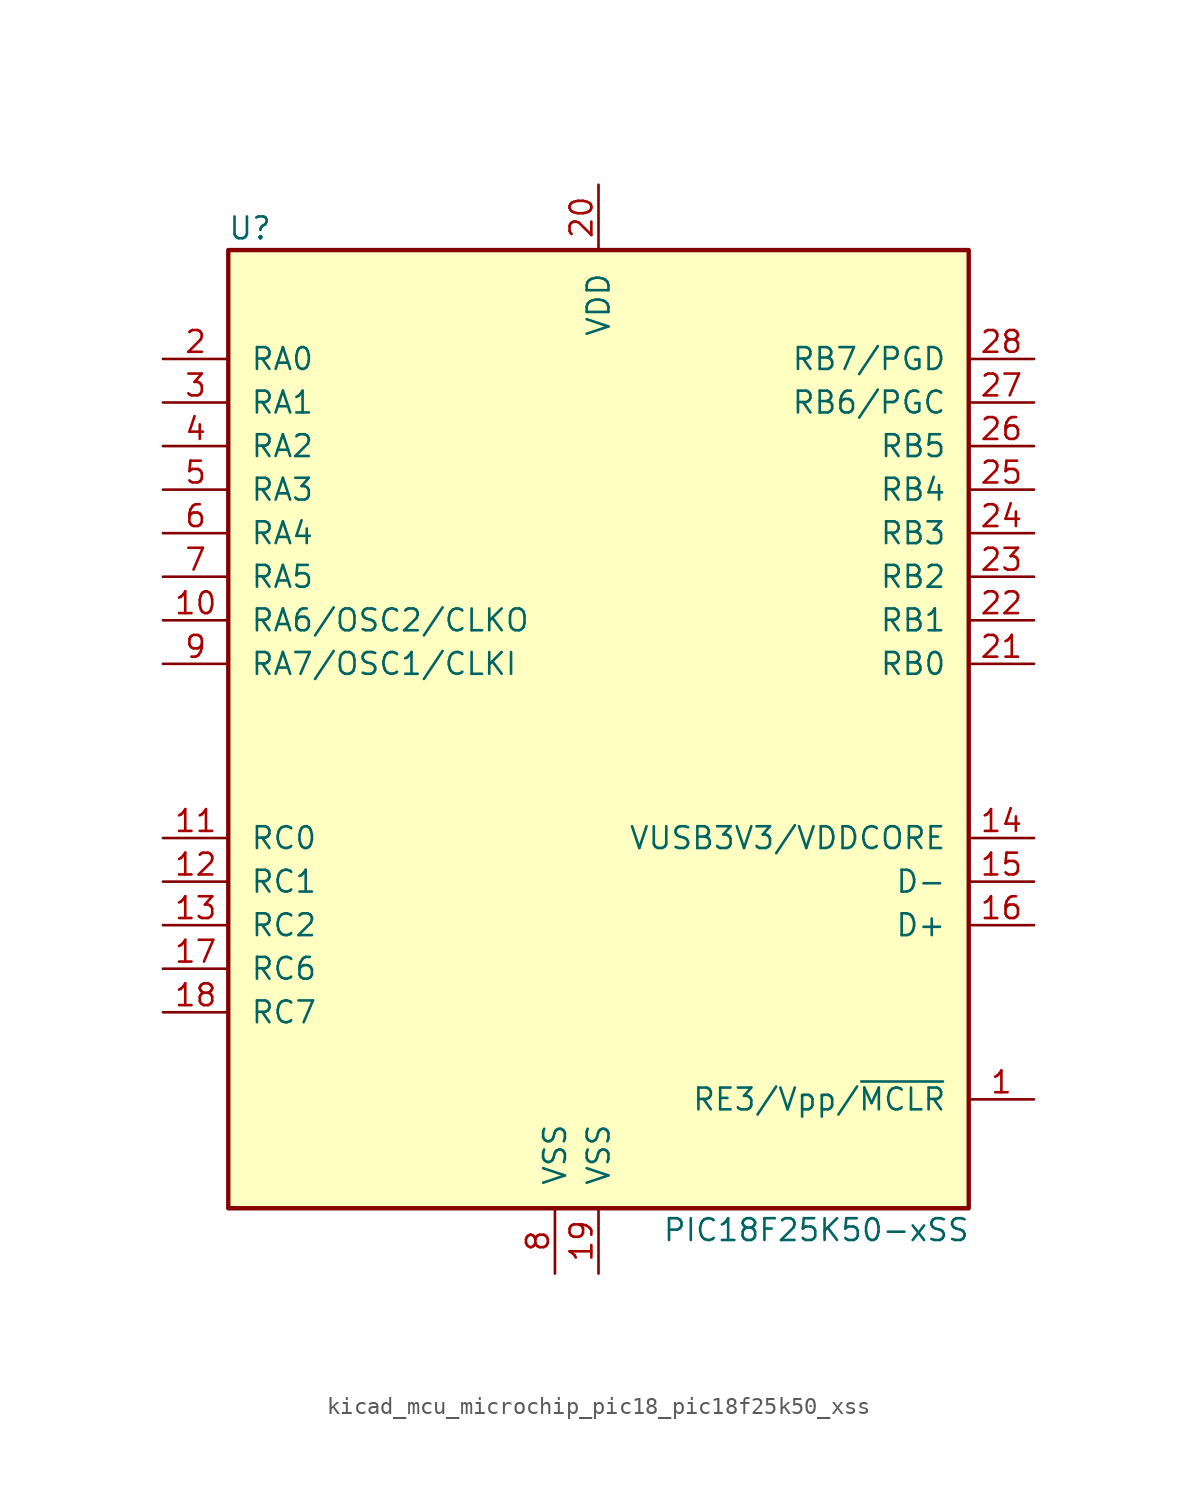
<source format=kicad_sym>
(kicad_symbol_lib
  (version 20220914)
  (generator kicad_symbol_editor)
  (symbol "kicad_mcu_microchip_pic18_pic18f25k50_xss"
    (pin_names
      (offset 1.27))
    (property "Reference" "U"
      (at -20.32 30.48 0)
      (effects (font (size 1.27 1.27))))
    (property "Value" "PIC18F25K50-xSS"
      (at 12.7 -27.94 0)
      (effects (font (size 1.27 1.27))))
    (symbol "kicad_mcu_microchip_pic18_pic18f25k50_xss_0_1"
      (rectangle (start -21.59 29.21) (end 21.59 -26.67) (stroke (width 0.254) (type default)) (fill (type background))))
    (symbol "kicad_mcu_microchip_pic18_pic18f25k50_xss_1_1"
      (pin input line (at 25.4 -20.32 180) (length 3.81) (name "RE3/Vpp/~{MCLR}" (effects (font (size 1.27 1.27)))) (number "1" (effects (font (size 1.27 1.27)))))
      (pin output line (at -25.4 7.62 0) (length 3.81) (name "RA6/OSC2/CLKO" (effects (font (size 1.27 1.27)))) (number "10" (effects (font (size 1.27 1.27)))))
      (pin bidirectional line (at -25.4 -5.08 0) (length 3.81) (name "RC0" (effects (font (size 1.27 1.27)))) (number "11" (effects (font (size 1.27 1.27)))))
      (pin bidirectional line (at -25.4 -7.62 0) (length 3.81) (name "RC1" (effects (font (size 1.27 1.27)))) (number "12" (effects (font (size 1.27 1.27)))))
      (pin bidirectional line (at -25.4 -10.16 0) (length 3.81) (name "RC2" (effects (font (size 1.27 1.27)))) (number "13" (effects (font (size 1.27 1.27)))))
      (pin bidirectional line (at 25.4 -5.08 180) (length 3.81) (name "VUSB3V3/VDDCORE" (effects (font (size 1.27 1.27)))) (number "14" (effects (font (size 1.27 1.27)))))
      (pin bidirectional line (at 25.4 -7.62 180) (length 3.81) (name "D-" (effects (font (size 1.27 1.27)))) (number "15" (effects (font (size 1.27 1.27)))))
      (pin bidirectional line (at 25.4 -10.16 180) (length 3.81) (name "D+" (effects (font (size 1.27 1.27)))) (number "16" (effects (font (size 1.27 1.27)))))
      (pin bidirectional line (at -25.4 -12.7 0) (length 3.81) (name "RC6" (effects (font (size 1.27 1.27)))) (number "17" (effects (font (size 1.27 1.27)))))
      (pin bidirectional line (at -25.4 -15.24 0) (length 3.81) (name "RC7" (effects (font (size 1.27 1.27)))) (number "18" (effects (font (size 1.27 1.27)))))
      (pin power_in line (at 0 -30.48 90) (length 3.81) (name "VSS" (effects (font (size 1.27 1.27)))) (number "19" (effects (font (size 1.27 1.27)))))
      (pin bidirectional line (at -25.4 22.86 0) (length 3.81) (name "RA0" (effects (font (size 1.27 1.27)))) (number "2" (effects (font (size 1.27 1.27)))))
      (pin power_in line (at 0 33.02 270) (length 3.81) (name "VDD" (effects (font (size 1.27 1.27)))) (number "20" (effects (font (size 1.27 1.27)))))
      (pin bidirectional line (at 25.4 5.08 180) (length 3.81) (name "RB0" (effects (font (size 1.27 1.27)))) (number "21" (effects (font (size 1.27 1.27)))))
      (pin bidirectional line (at 25.4 7.62 180) (length 3.81) (name "RB1" (effects (font (size 1.27 1.27)))) (number "22" (effects (font (size 1.27 1.27)))))
      (pin bidirectional line (at 25.4 10.16 180) (length 3.81) (name "RB2" (effects (font (size 1.27 1.27)))) (number "23" (effects (font (size 1.27 1.27)))))
      (pin bidirectional line (at 25.4 12.7 180) (length 3.81) (name "RB3" (effects (font (size 1.27 1.27)))) (number "24" (effects (font (size 1.27 1.27)))))
      (pin bidirectional line (at 25.4 15.24 180) (length 3.81) (name "RB4" (effects (font (size 1.27 1.27)))) (number "25" (effects (font (size 1.27 1.27)))))
      (pin bidirectional line (at 25.4 17.78 180) (length 3.81) (name "RB5" (effects (font (size 1.27 1.27)))) (number "26" (effects (font (size 1.27 1.27)))))
      (pin bidirectional line (at 25.4 20.32 180) (length 3.81) (name "RB6/PGC" (effects (font (size 1.27 1.27)))) (number "27" (effects (font (size 1.27 1.27)))))
      (pin bidirectional line (at 25.4 22.86 180) (length 3.81) (name "RB7/PGD" (effects (font (size 1.27 1.27)))) (number "28" (effects (font (size 1.27 1.27)))))
      (pin bidirectional line (at -25.4 20.32 0) (length 3.81) (name "RA1" (effects (font (size 1.27 1.27)))) (number "3" (effects (font (size 1.27 1.27)))))
      (pin bidirectional line (at -25.4 17.78 0) (length 3.81) (name "RA2" (effects (font (size 1.27 1.27)))) (number "4" (effects (font (size 1.27 1.27)))))
      (pin bidirectional line (at -25.4 15.24 0) (length 3.81) (name "RA3" (effects (font (size 1.27 1.27)))) (number "5" (effects (font (size 1.27 1.27)))))
      (pin bidirectional line (at -25.4 12.7 0) (length 3.81) (name "RA4" (effects (font (size 1.27 1.27)))) (number "6" (effects (font (size 1.27 1.27)))))
      (pin bidirectional line (at -25.4 10.16 0) (length 3.81) (name "RA5" (effects (font (size 1.27 1.27)))) (number "7" (effects (font (size 1.27 1.27)))))
      (pin power_in line (at -2.54 -30.48 90) (length 3.81) (name "VSS" (effects (font (size 1.27 1.27)))) (number "8" (effects (font (size 1.27 1.27)))))
      (pin input line (at -25.4 5.08 0) (length 3.81) (name "RA7/OSC1/CLKI" (effects (font (size 1.27 1.27)))) (number "9" (effects (font (size 1.27 1.27))))))))
</source>
